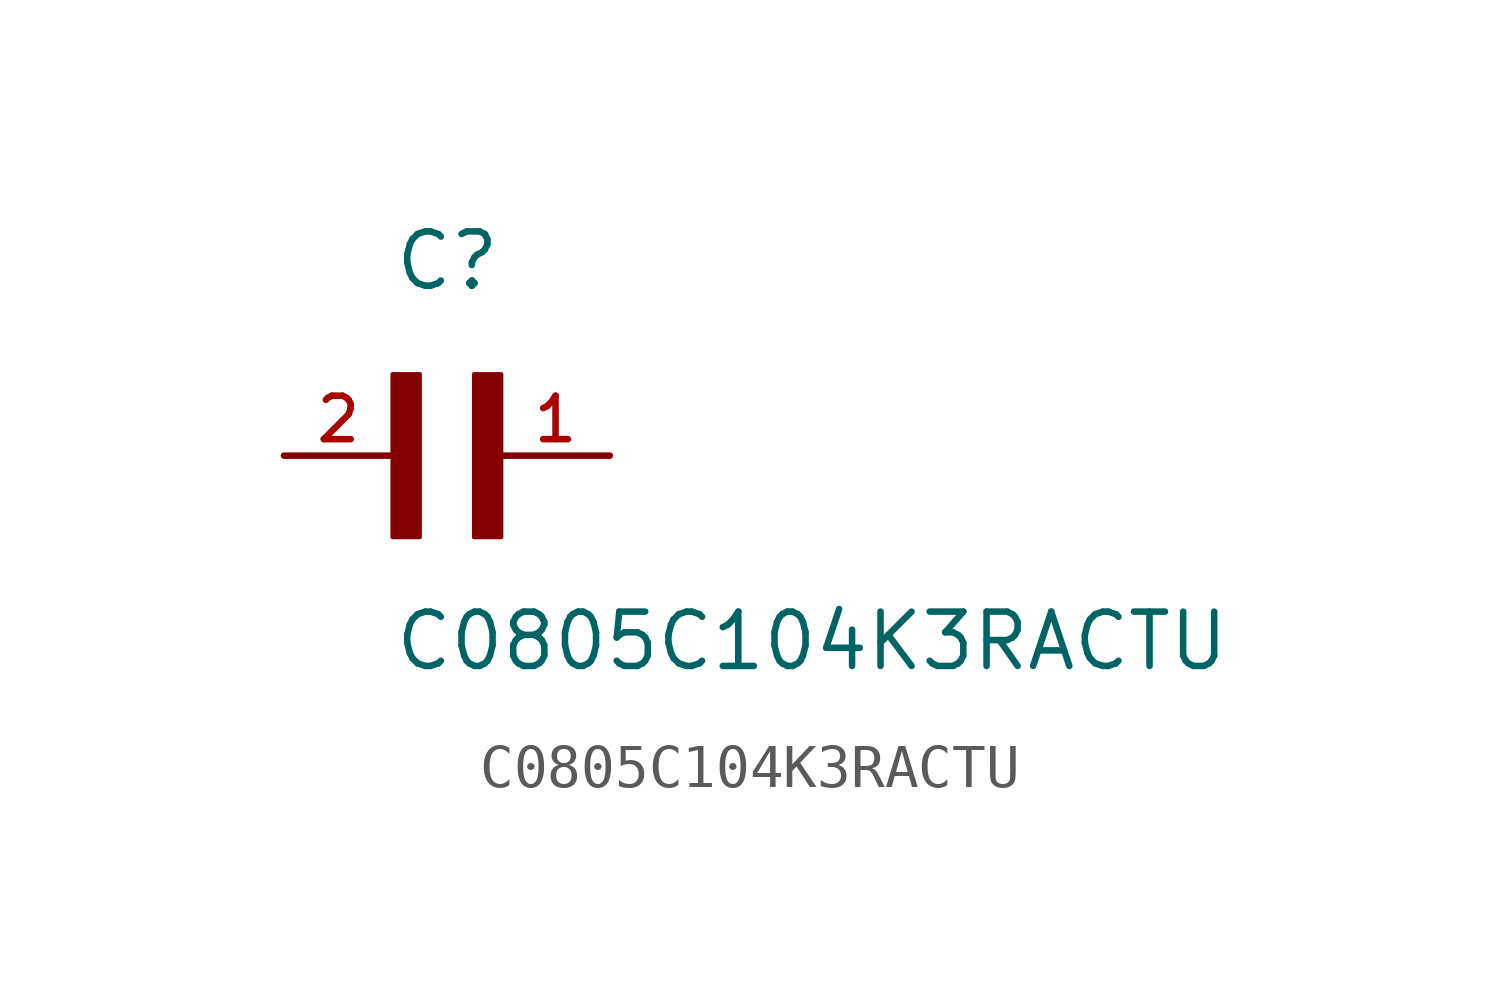
<source format=kicad_sym>
(kicad_symbol_lib
  (version 20211014)
  (generator kicad_symbol_editor)
  (symbol "C0805C104K3RACTU"
    (pin_names
      (offset 1.016))
    (property "Reference" "C"
      (at 0.0 3.81 0)
      (effects (font (size 1.27 1.27)) (justify bottom left)))
    (property "Value" "C0805C104K3RACTU"
      (at 0.0 -5.08 0)
      (effects (font (size 1.27 1.27)) (justify bottom left)))
    (symbol "C0805C104K3RACTU_0_0"
      (rectangle (start 0.0 -1.905) (end 0.635 1.905) (stroke (width 0.1)) (fill (type outline)))
      (rectangle (start 1.905 -1.905) (end 2.54 1.905) (stroke (width 0.1)) (fill (type outline)))
      (pin passive line (at 5.08 0.0 180.0) (length 2.54) (name "~" (effects (font (size 1.016 1.016)))) (number "1" (effects (font (size 1.016 1.016)))))
      (pin passive line (at -2.54 0.0 0) (length 2.54) (name "~" (effects (font (size 1.016 1.016)))) (number "2" (effects (font (size 1.016 1.016))))))))
</source>
